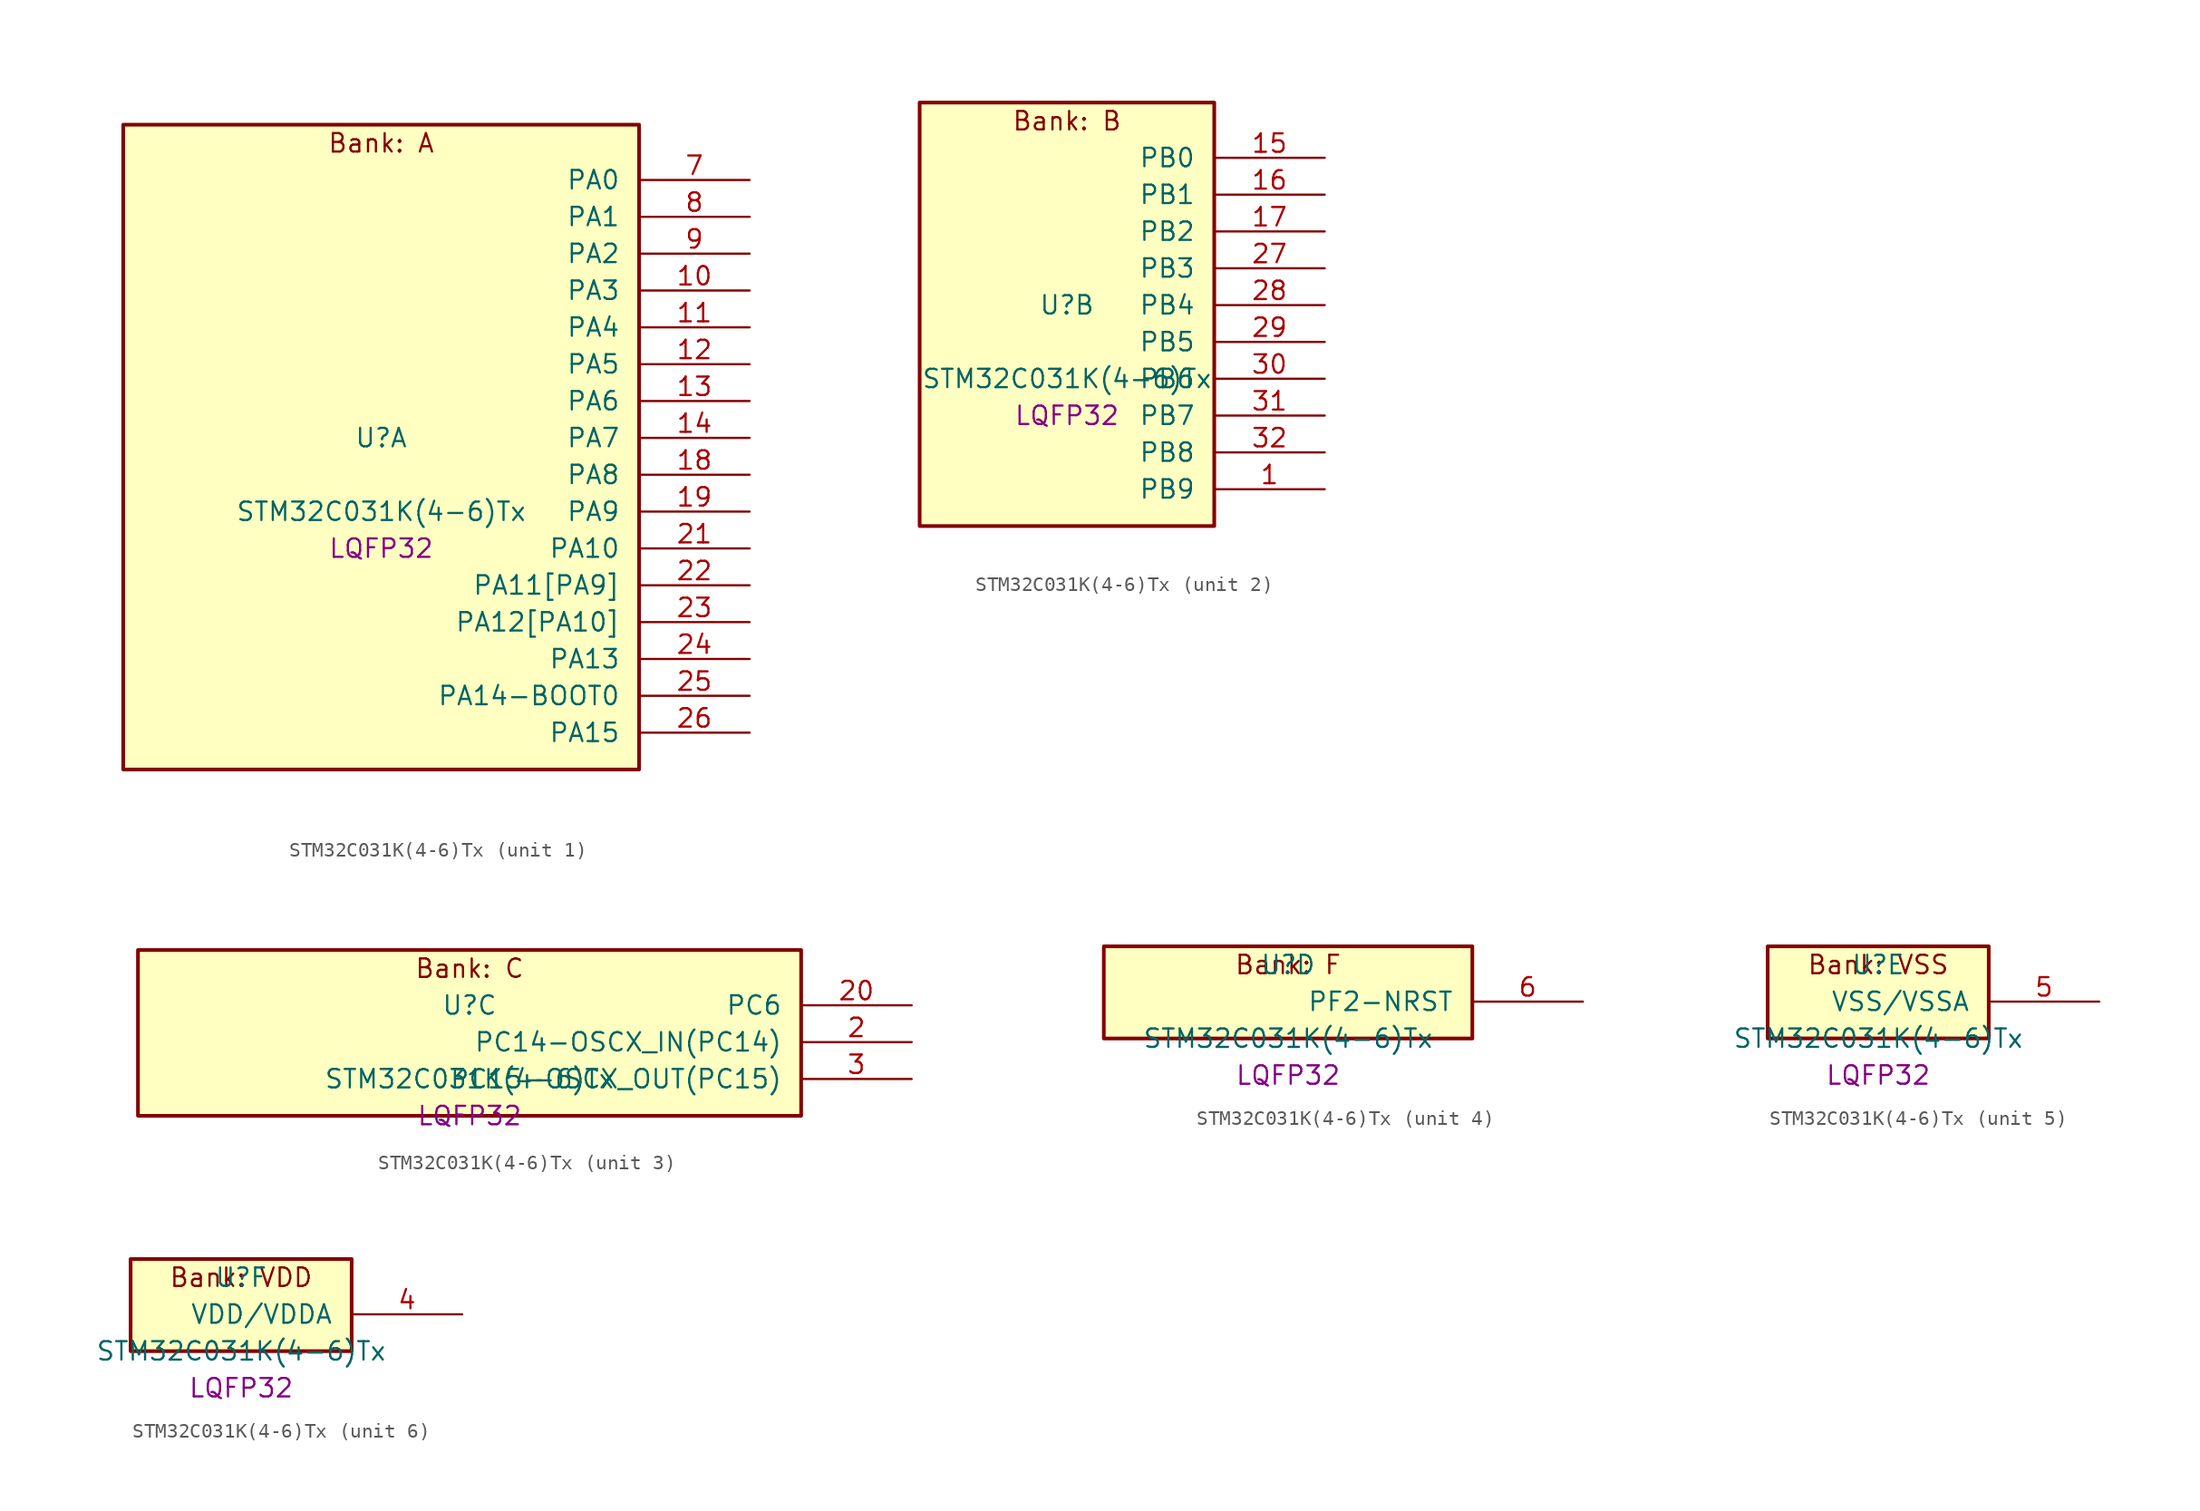
<source format=kicad_sym>
(kicad_symbol_lib
  (version 20241209)
  (generator "stm32_pkl_generator")
  (generator_version "1.0")
  (symbol "STM32C031K(4-6)Tx"
    (pin_names
      (offset 1.27))
    (property "Reference" "U"
      (at 0 2.54 0))
    (property "Value" "STM32C031K(4-6)Tx"
      (at 0 -2.54 0))
    (property "Footprint" "LQFP32"
      (at 0 -5.08 0))
    (symbol "STM32C031K(4-6)Tx_1_1"
      (rectangle (start -17.78 24.13) (end 17.78 -20.32) (stroke (width 0.254) (type solid)) (fill (type background)))
      (text "Bank: A" (at 0 22.86 0))
      (pin bidirectional line (at 25.4 20.32 180) (length 7.62) (name "PA0") (number "7") (alternate "PA0/ADC1_IN0" bidirectional line) (alternate "PA0/PWR_WKUP1" bidirectional line) (alternate "PA0/TIM16_CH1" bidirectional line) (alternate "PA0/TIM1_CH1" bidirectional line) (alternate "PA0/USART1_TX" bidirectional line) (alternate "PA0/USART2_CTS" bidirectional line) (alternate "PA0/USART2_NSS" bidirectional line))
      (pin bidirectional line (at 25.4 17.78 180) (length 7.62) (name "PA1") (number "8") (alternate "PA1/ADC1_IN1" bidirectional line) (alternate "PA1/I2C1_SMBA" bidirectional line) (alternate "PA1/I2S1_CK" bidirectional line) (alternate "PA1/SPI1_SCK" bidirectional line) (alternate "PA1/TIM17_CH1" bidirectional line) (alternate "PA1/TIM1_CH2" bidirectional line) (alternate "PA1/USART1_RX" bidirectional line) (alternate "PA1/USART2_CK" bidirectional line) (alternate "PA1/USART2_DE" bidirectional line) (alternate "PA1/USART2_RTS" bidirectional line))
      (pin bidirectional line (at 25.4 15.24 180) (length 7.62) (name "PA2") (number "9") (alternate "PA2/ADC1_IN2" bidirectional line) (alternate "PA2/I2S1_SD" bidirectional line) (alternate "PA2/PWR_WKUP4" bidirectional line) (alternate "PA2/RCC_LSCO" bidirectional line) (alternate "PA2/SPI1_MOSI" bidirectional line) (alternate "PA2/TIM16_CH1N" bidirectional line) (alternate "PA2/TIM1_CH3" bidirectional line) (alternate "PA2/TIM3_ETR" bidirectional line) (alternate "PA2/USART2_TX" bidirectional line))
      (pin bidirectional line (at 25.4 12.7 180) (length 7.62) (name "PA3") (number "10") (alternate "PA3/ADC1_IN3" bidirectional line) (alternate "PA3/TIM1_CH1N" bidirectional line) (alternate "PA3/TIM1_CH4" bidirectional line) (alternate "PA3/USART2_RX" bidirectional line))
      (pin bidirectional line (at 25.4 10.16 180) (length 7.62) (name "PA4") (number "11") (alternate "PA4/ADC1_IN4" bidirectional line) (alternate "PA4/I2S1_WS" bidirectional line) (alternate "PA4/PWR_WKUP2" bidirectional line) (alternate "PA4/RTC_OUT1" bidirectional line) (alternate "PA4/RTC_TS" bidirectional line) (alternate "PA4/SPI1_NSS" bidirectional line) (alternate "PA4/TIM14_CH1" bidirectional line) (alternate "PA4/TIM17_CH1N" bidirectional line) (alternate "PA4/TIM1_CH2N" bidirectional line) (alternate "PA4/USART2_TX" bidirectional line))
      (pin bidirectional line (at 25.4 7.62 180) (length 7.62) (name "PA5") (number "12") (alternate "PA5/ADC1_IN5" bidirectional line) (alternate "PA5/I2S1_CK" bidirectional line) (alternate "PA5/SPI1_SCK" bidirectional line) (alternate "PA5/TIM1_CH1" bidirectional line) (alternate "PA5/TIM1_CH3N" bidirectional line) (alternate "PA5/USART2_RX" bidirectional line))
      (pin bidirectional line (at 25.4 5.08 180) (length 7.62) (name "PA6") (number "13") (alternate "PA6/ADC1_IN6" bidirectional line) (alternate "PA6/I2S1_MCK" bidirectional line) (alternate "PA6/SPI1_MISO" bidirectional line) (alternate "PA6/TIM16_CH1" bidirectional line) (alternate "PA6/TIM1_BKIN" bidirectional line) (alternate "PA6/TIM3_CH1" bidirectional line))
      (pin bidirectional line (at 25.4 2.54 180) (length 7.62) (name "PA7") (number "14") (alternate "PA7/ADC1_IN7" bidirectional line) (alternate "PA7/I2S1_SD" bidirectional line) (alternate "PA7/SPI1_MOSI" bidirectional line) (alternate "PA7/TIM14_CH1" bidirectional line) (alternate "PA7/TIM17_CH1" bidirectional line) (alternate "PA7/TIM1_CH1N" bidirectional line) (alternate "PA7/TIM3_CH2" bidirectional line))
      (pin bidirectional line (at 25.4 0 180) (length 7.62) (name "PA8") (number "18") (alternate "PA8/ADC1_IN8" bidirectional line) (alternate "PA8/I2S1_WS" bidirectional line) (alternate "PA8/RCC_MCO" bidirectional line) (alternate "PA8/RCC_MCO_2" bidirectional line) (alternate "PA8/SPI1_NSS" bidirectional line) (alternate "PA8/TIM14_CH1" bidirectional line) (alternate "PA8/TIM1_CH1" bidirectional line) (alternate "PA8/TIM1_CH2N" bidirectional line) (alternate "PA8/TIM1_CH3N" bidirectional line) (alternate "PA8/TIM3_CH3" bidirectional line) (alternate "PA8/TIM3_CH4" bidirectional line) (alternate "PA8/USART1_RX" bidirectional line) (alternate "PA8/USART2_TX" bidirectional line))
      (pin bidirectional line (at 25.4 -2.54 180) (length 7.62) (name "PA9") (number "19") (alternate "PA9/I2C1_SCL" bidirectional line) (alternate "PA9/RCC_MCO" bidirectional line) (alternate "PA9/TIM1_CH2" bidirectional line) (alternate "PA9/TIM3_ETR" bidirectional line) (alternate "PA9/USART1_TX" bidirectional line) (alternate "PA9/NC" bidirectional line))
      (pin bidirectional line (at 25.4 -5.08 180) (length 7.62) (name "PA10") (number "21") (alternate "PA10/I2C1_SDA" bidirectional line) (alternate "PA10/RCC_MCO_2" bidirectional line) (alternate "PA10/TIM17_BKIN" bidirectional line) (alternate "PA10/TIM1_CH3" bidirectional line) (alternate "PA10/USART1_RX" bidirectional line) (alternate "PA10/NC" bidirectional line))
      (pin bidirectional line (at 25.4 -7.62 180) (length 7.62) (name "PA11[PA9]") (number "22") (alternate "PA11[PA9]/ADC1_EXTI11" bidirectional line) (alternate "PA11[PA9]/ADC1_IN11" bidirectional line) (alternate "PA11[PA9]/I2S1_MCK" bidirectional line) (alternate "PA11[PA9]/SPI1_MISO" bidirectional line) (alternate "PA11[PA9]/TIM1_BKIN2" bidirectional line) (alternate "PA11[PA9]/TIM1_CH4" bidirectional line) (alternate "PA11[PA9]/USART1_CTS" bidirectional line) (alternate "PA11[PA9]/USART1_NSS" bidirectional line) (alternate "PA11[PA9]/PA9[PA11]" bidirectional line) (alternate "PA11[PA9]/I2C1_SCL" bidirectional line) (alternate "PA11[PA9]/RCC_MCO" bidirectional line) (alternate "PA11[PA9]/TIM1_CH2" bidirectional line) (alternate "PA11[PA9]/TIM3_ETR" bidirectional line) (alternate "PA11[PA9]/USART1_TX" bidirectional line))
      (pin bidirectional line (at 25.4 -10.16 180) (length 7.62) (name "PA12[PA10]") (number "23") (alternate "PA12[PA10]/ADC1_IN12" bidirectional line) (alternate "PA12[PA10]/I2S1_SD" bidirectional line) (alternate "PA12[PA10]/I2S_CKIN" bidirectional line) (alternate "PA12[PA10]/SPI1_MOSI" bidirectional line) (alternate "PA12[PA10]/TIM1_ETR" bidirectional line) (alternate "PA12[PA10]/USART1_CK" bidirectional line) (alternate "PA12[PA10]/USART1_DE" bidirectional line) (alternate "PA12[PA10]/USART1_RTS" bidirectional line) (alternate "PA12[PA10]/PA10[PA12]" bidirectional line) (alternate "PA12[PA10]/I2C1_SDA" bidirectional line) (alternate "PA12[PA10]/RCC_MCO_2" bidirectional line) (alternate "PA12[PA10]/TIM17_BKIN" bidirectional line) (alternate "PA12[PA10]/TIM1_CH3" bidirectional line) (alternate "PA12[PA10]/USART1_RX" bidirectional line))
      (pin bidirectional line (at 25.4 -12.7 180) (length 7.62) (name "PA13") (number "24") (alternate "PA13/ADC1_IN13" bidirectional line) (alternate "PA13/DEBUG_SWDIO" bidirectional line) (alternate "PA13/IR_OUT" bidirectional line) (alternate "PA13/TIM3_ETR" bidirectional line) (alternate "PA13/USART2_RX" bidirectional line))
      (pin bidirectional line (at 25.4 -15.24 180) (length 7.62) (name "PA14-BOOT0") (number "25") (alternate "PA14-BOOT0/ADC1_IN14" bidirectional line) (alternate "PA14-BOOT0/DEBUG_SWCLK" bidirectional line) (alternate "PA14-BOOT0/I2S1_WS" bidirectional line) (alternate "PA14-BOOT0/RCC_MCO_2" bidirectional line) (alternate "PA14-BOOT0/SPI1_NSS" bidirectional line) (alternate "PA14-BOOT0/TIM1_CH1" bidirectional line) (alternate "PA14-BOOT0/USART1_CK" bidirectional line) (alternate "PA14-BOOT0/USART1_DE" bidirectional line) (alternate "PA14-BOOT0/USART1_RTS" bidirectional line) (alternate "PA14-BOOT0/USART2_RX" bidirectional line) (alternate "PA14-BOOT0/USART2_TX" bidirectional line))
      (pin bidirectional line (at 25.4 -17.78 180) (length 7.62) (name "PA15") (number "26") (alternate "PA15/I2S1_WS" bidirectional line) (alternate "PA15/RCC_MCO_2" bidirectional line) (alternate "PA15/SPI1_NSS" bidirectional line) (alternate "PA15/TIM1_CH1" bidirectional line) (alternate "PA15/USART1_CK" bidirectional line) (alternate "PA15/USART1_DE" bidirectional line) (alternate "PA15/USART1_RTS" bidirectional line) (alternate "PA15/USART2_RX" bidirectional line)))
    (symbol "STM32C031K(4-6)Tx_2_1"
      (rectangle (start -10.16 16.51) (end 10.16 -12.7) (stroke (width 0.254) (type solid)) (fill (type background)))
      (text "Bank: B" (at 0 15.24 0))
      (pin bidirectional line (at 17.78 12.7 180) (length 7.62) (name "PB0") (number "15") (alternate "PB0/ADC1_IN17" bidirectional line) (alternate "PB0/I2S1_WS" bidirectional line) (alternate "PB0/SPI1_NSS" bidirectional line) (alternate "PB0/TIM1_CH2N" bidirectional line) (alternate "PB0/TIM3_CH3" bidirectional line))
      (pin bidirectional line (at 17.78 10.16 180) (length 7.62) (name "PB1") (number "16") (alternate "PB1/ADC1_IN18" bidirectional line) (alternate "PB1/TIM14_CH1" bidirectional line) (alternate "PB1/TIM1_CH2N" bidirectional line) (alternate "PB1/TIM1_CH3N" bidirectional line) (alternate "PB1/TIM3_CH4" bidirectional line))
      (pin bidirectional line (at 17.78 7.62 180) (length 7.62) (name "PB2") (number "17") (alternate "PB2/ADC1_IN19" bidirectional line) (alternate "PB2/RCC_MCO_2" bidirectional line) (alternate "PB2/USART1_RX" bidirectional line))
      (pin bidirectional line (at 17.78 5.08 180) (length 7.62) (name "PB3") (number "27") (alternate "PB3/I2S1_CK" bidirectional line) (alternate "PB3/SPI1_SCK" bidirectional line) (alternate "PB3/TIM1_CH2" bidirectional line) (alternate "PB3/TIM3_CH2" bidirectional line) (alternate "PB3/USART1_CK" bidirectional line) (alternate "PB3/USART1_DE" bidirectional line) (alternate "PB3/USART1_RTS" bidirectional line))
      (pin bidirectional line (at 17.78 2.54 180) (length 7.62) (name "PB4") (number "28") (alternate "PB4/I2S1_MCK" bidirectional line) (alternate "PB4/SPI1_MISO" bidirectional line) (alternate "PB4/TIM17_BKIN" bidirectional line) (alternate "PB4/TIM3_CH1" bidirectional line) (alternate "PB4/USART1_CTS" bidirectional line) (alternate "PB4/USART1_NSS" bidirectional line))
      (pin bidirectional line (at 17.78 0 180) (length 7.62) (name "PB5") (number "29") (alternate "PB5/I2C1_SMBA" bidirectional line) (alternate "PB5/I2S1_SD" bidirectional line) (alternate "PB5/PWR_WKUP6" bidirectional line) (alternate "PB5/SPI1_MOSI" bidirectional line) (alternate "PB5/TIM16_BKIN" bidirectional line) (alternate "PB5/TIM3_CH2" bidirectional line) (alternate "PB5/TIM3_CH3" bidirectional line))
      (pin bidirectional line (at 17.78 -2.54 180) (length 7.62) (name "PB6") (number "30") (alternate "PB6/I2C1_SCL" bidirectional line) (alternate "PB6/I2C1_SMBA" bidirectional line) (alternate "PB6/I2S1_CK" bidirectional line) (alternate "PB6/I2S1_MCK" bidirectional line) (alternate "PB6/I2S1_SD" bidirectional line) (alternate "PB6/PWR_WKUP3" bidirectional line) (alternate "PB6/SPI1_MISO" bidirectional line) (alternate "PB6/SPI1_MOSI" bidirectional line) (alternate "PB6/SPI1_SCK" bidirectional line) (alternate "PB6/TIM16_BKIN" bidirectional line) (alternate "PB6/TIM16_CH1N" bidirectional line) (alternate "PB6/TIM17_BKIN" bidirectional line) (alternate "PB6/TIM1_CH2" bidirectional line) (alternate "PB6/TIM1_CH3" bidirectional line) (alternate "PB6/TIM3_CH1" bidirectional line) (alternate "PB6/TIM3_CH2" bidirectional line) (alternate "PB6/TIM3_CH3" bidirectional line) (alternate "PB6/USART1_CK" bidirectional line) (alternate "PB6/USART1_CTS" bidirectional line) (alternate "PB6/USART1_DE" bidirectional line) (alternate "PB6/USART1_NSS" bidirectional line) (alternate "PB6/USART1_RTS" bidirectional line) (alternate "PB6/USART1_TX" bidirectional line))
      (pin bidirectional line (at 17.78 -5.08 180) (length 7.62) (name "PB7") (number "31") (alternate "PB7/I2C1_SCL" bidirectional line) (alternate "PB7/I2C1_SDA" bidirectional line) (alternate "PB7/RTC_REFIN" bidirectional line) (alternate "PB7/TIM16_CH1" bidirectional line) (alternate "PB7/TIM17_CH1N" bidirectional line) (alternate "PB7/TIM1_CH4" bidirectional line) (alternate "PB7/TIM3_CH1" bidirectional line) (alternate "PB7/TIM3_CH4" bidirectional line) (alternate "PB7/USART1_RX" bidirectional line) (alternate "PB7/USART2_CTS" bidirectional line) (alternate "PB7/USART2_NSS" bidirectional line))
      (pin bidirectional line (at 17.78 -7.62 180) (length 7.62) (name "PB8") (number "32") (alternate "PB8/I2C1_SCL" bidirectional line) (alternate "PB8/TIM16_CH1" bidirectional line) (alternate "PB8/TIM3_CH1" bidirectional line) (alternate "PB8/USART2_CTS" bidirectional line) (alternate "PB8/USART2_NSS" bidirectional line))
      (pin bidirectional line (at 17.78 -10.16 180) (length 7.62) (name "PB9") (number "1") (alternate "PB9/I2C1_SDA" bidirectional line) (alternate "PB9/IR_OUT" bidirectional line) (alternate "PB9/TIM17_CH1" bidirectional line) (alternate "PB9/TIM3_CH2" bidirectional line) (alternate "PB9/USART2_CK" bidirectional line) (alternate "PB9/USART2_DE" bidirectional line) (alternate "PB9/USART2_RTS" bidirectional line)))
    (symbol "STM32C031K(4-6)Tx_3_1"
      (rectangle (start -22.86 6.35) (end 22.86 -5.08) (stroke (width 0.254) (type solid)) (fill (type background)))
      (text "Bank: C" (at 0 5.08 0))
      (pin bidirectional line (at 30.48 2.54 180) (length 7.62) (name "PC6") (number "20") (alternate "PC6/TIM3_CH1" bidirectional line))
      (pin bidirectional line (at 30.48 0 180) (length 7.62) (name "PC14-OSCX_IN(PC14)") (number "2") (alternate "PC14-OSCX_IN(PC14)/I2C1_SDA" bidirectional line) (alternate "PC14-OSCX_IN(PC14)/IR_OUT" bidirectional line) (alternate "PC14-OSCX_IN(PC14)/RCC_OSCX_IN" bidirectional line) (alternate "PC14-OSCX_IN(PC14)/TIM17_CH1" bidirectional line) (alternate "PC14-OSCX_IN(PC14)/TIM1_BKIN2" bidirectional line) (alternate "PC14-OSCX_IN(PC14)/TIM1_ETR" bidirectional line) (alternate "PC14-OSCX_IN(PC14)/TIM3_CH2" bidirectional line) (alternate "PC14-OSCX_IN(PC14)/USART1_TX" bidirectional line) (alternate "PC14-OSCX_IN(PC14)/USART2_CK" bidirectional line) (alternate "PC14-OSCX_IN(PC14)/USART2_DE" bidirectional line) (alternate "PC14-OSCX_IN(PC14)/USART2_RTS" bidirectional line))
      (pin bidirectional line (at 30.48 -2.54 180) (length 7.62) (name "PC15-OSCX_OUT(PC15)") (number "3") (alternate "PC15-OSCX_OUT(PC15)/RCC_OSC32_EN" bidirectional line) (alternate "PC15-OSCX_OUT(PC15)/RCC_OSCX_OUT" bidirectional line) (alternate "PC15-OSCX_OUT(PC15)/RCC_OSC_EN" bidirectional line) (alternate "PC15-OSCX_OUT(PC15)/TIM1_ETR" bidirectional line) (alternate "PC15-OSCX_OUT(PC15)/TIM3_CH3" bidirectional line)))
    (symbol "STM32C031K(4-6)Tx_4_1"
      (rectangle (start -12.7 3.81) (end 12.7 -2.54) (stroke (width 0.254) (type solid)) (fill (type background)))
      (text "Bank: F" (at 0 2.54 0))
      (pin bidirectional line (at 20.32 0 180) (length 7.62) (name "PF2-NRST") (number "6") (alternate "PF2-NRST/RCC_MCO" bidirectional line) (alternate "PF2-NRST/TIM1_CH4" bidirectional line)))
    (symbol "STM32C031K(4-6)Tx_5_1"
      (rectangle (start -7.62 3.81) (end 7.62 -2.54) (stroke (width 0.254) (type solid)) (fill (type background)))
      (text "Bank: VSS" (at 0 2.54 0))
      (pin power_in line (at 15.24 0 180) (length 7.62) (name "VSS/VSSA") (number "5")))
    (symbol "STM32C031K(4-6)Tx_6_1"
      (rectangle (start -7.62 3.81) (end 7.62 -2.54) (stroke (width 0.254) (type solid)) (fill (type background)))
      (text "Bank: VDD" (at 0 2.54 0))
      (pin power_in line (at 15.24 0 180) (length 7.62) (name "VDD/VDDA") (number "4")))))
</source>
